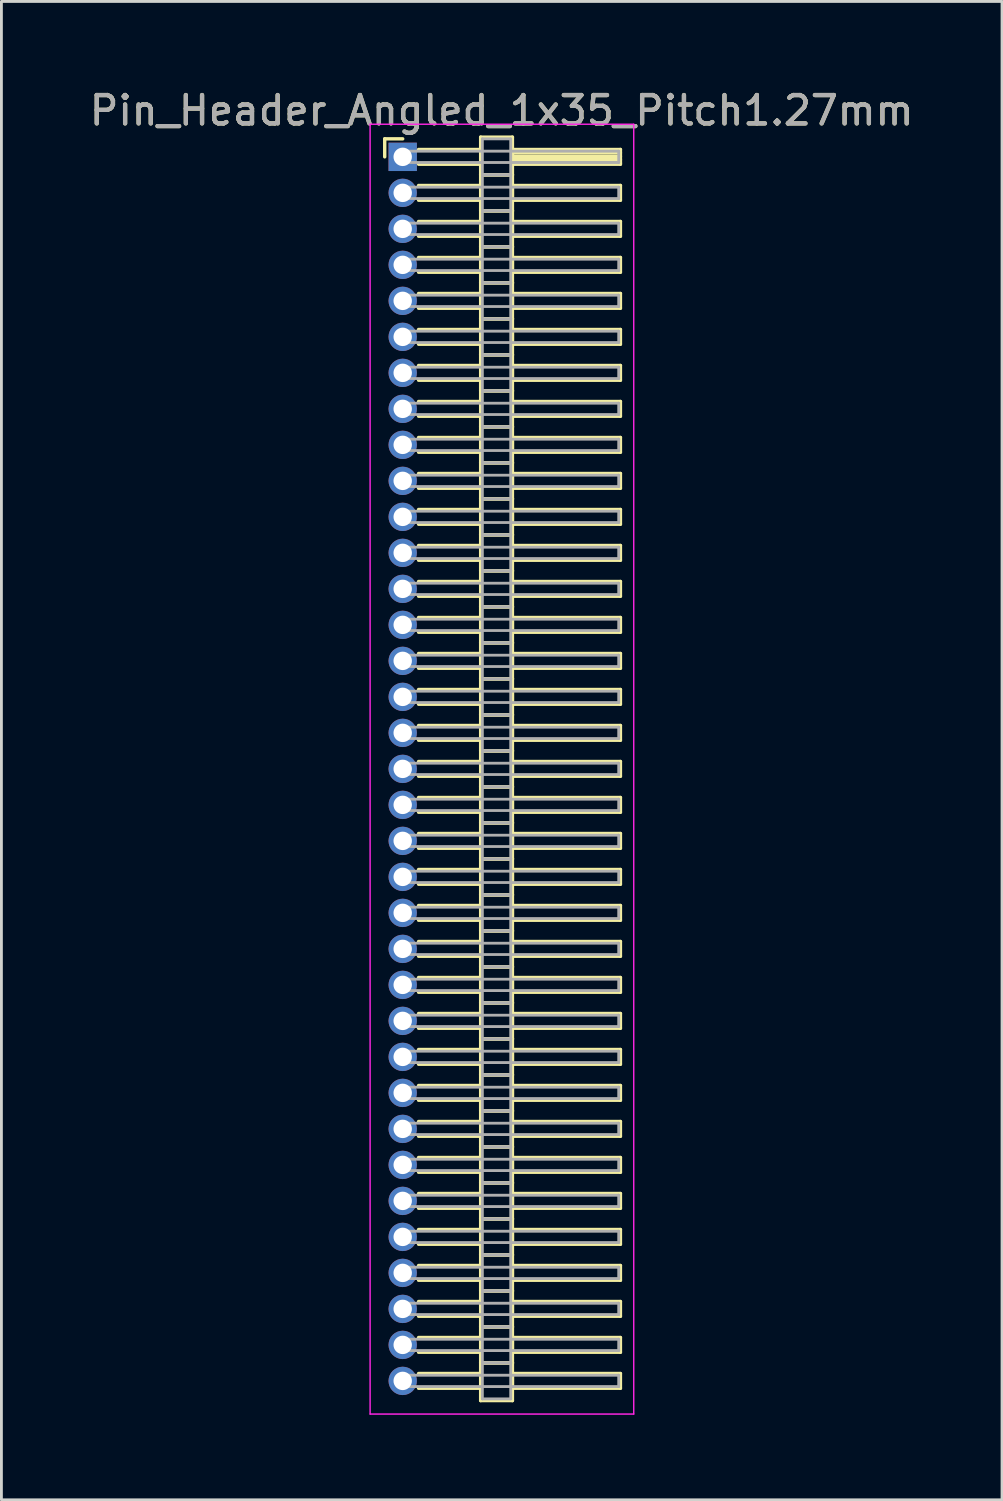
<source format=kicad_pcb>
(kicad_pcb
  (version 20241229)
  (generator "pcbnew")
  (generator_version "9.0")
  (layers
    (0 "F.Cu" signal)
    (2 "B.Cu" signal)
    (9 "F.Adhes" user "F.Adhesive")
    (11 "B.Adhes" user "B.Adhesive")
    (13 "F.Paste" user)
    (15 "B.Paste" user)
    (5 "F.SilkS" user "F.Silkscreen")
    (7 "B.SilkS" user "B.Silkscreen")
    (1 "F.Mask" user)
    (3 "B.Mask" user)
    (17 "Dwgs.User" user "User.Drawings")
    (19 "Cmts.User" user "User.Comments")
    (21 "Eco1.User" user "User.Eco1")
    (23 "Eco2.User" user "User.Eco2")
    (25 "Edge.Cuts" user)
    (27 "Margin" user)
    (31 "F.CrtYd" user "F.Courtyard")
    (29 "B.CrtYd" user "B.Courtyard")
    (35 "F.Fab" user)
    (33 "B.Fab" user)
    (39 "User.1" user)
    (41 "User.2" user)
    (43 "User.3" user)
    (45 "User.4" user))
  (footprint "Pin_Header_Angled_1x35_Pitch1.27mm"
    (layer "F.Cu")
    (at 11.156 2.483)
    (property "Reference" "Pin_Header_Angled_1x35_Pitch1.27mm" (at 3.493 -1.635 0) (layer "F.SilkS") (effects (font (size 1 1) (thickness 0.15))))
    (attr through_hole)
    (fp_line (start -0.635 -0.635) (end 0 -0.635) (stroke (width 0.12) (type solid)) (layer "F.SilkS"))
    (fp_line (start -0.635 0) (end -0.635 -0.635) (stroke (width 0.12) (type solid)) (layer "F.SilkS"))
    (fp_line (start 0.56 -0.26) (end 2.75 -0.26) (stroke (width 0.12) (type solid)) (layer "F.SilkS"))
    (fp_line (start 0.56 0.26) (end 2.75 0.26) (stroke (width 0.12) (type solid)) (layer "F.SilkS"))
    (fp_line (start 0.56 1.01) (end 2.75 1.01) (stroke (width 0.12) (type solid)) (layer "F.SilkS"))
    (fp_line (start 0.56 1.53) (end 2.75 1.53) (stroke (width 0.12) (type solid)) (layer "F.SilkS"))
    (fp_line (start 0.56 2.28) (end 2.75 2.28) (stroke (width 0.12) (type solid)) (layer "F.SilkS"))
    (fp_line (start 0.56 2.8) (end 2.75 2.8) (stroke (width 0.12) (type solid)) (layer "F.SilkS"))
    (fp_line (start 0.56 3.55) (end 2.75 3.55) (stroke (width 0.12) (type solid)) (layer "F.SilkS"))
    (fp_line (start 0.56 4.07) (end 2.75 4.07) (stroke (width 0.12) (type solid)) (layer "F.SilkS"))
    (fp_line (start 0.56 4.82) (end 2.75 4.82) (stroke (width 0.12) (type solid)) (layer "F.SilkS"))
    (fp_line (start 0.56 5.34) (end 2.75 5.34) (stroke (width 0.12) (type solid)) (layer "F.SilkS"))
    (fp_line (start 0.56 6.09) (end 2.75 6.09) (stroke (width 0.12) (type solid)) (layer "F.SilkS"))
    (fp_line (start 0.56 6.61) (end 2.75 6.61) (stroke (width 0.12) (type solid)) (layer "F.SilkS"))
    (fp_line (start 0.56 7.36) (end 2.75 7.36) (stroke (width 0.12) (type solid)) (layer "F.SilkS"))
    (fp_line (start 0.56 7.88) (end 2.75 7.88) (stroke (width 0.12) (type solid)) (layer "F.SilkS"))
    (fp_line (start 0.56 8.63) (end 2.75 8.63) (stroke (width 0.12) (type solid)) (layer "F.SilkS"))
    (fp_line (start 0.56 9.15) (end 2.75 9.15) (stroke (width 0.12) (type solid)) (layer "F.SilkS"))
    (fp_line (start 0.56 9.9) (end 2.75 9.9) (stroke (width 0.12) (type solid)) (layer "F.SilkS"))
    (fp_line (start 0.56 10.42) (end 2.75 10.42) (stroke (width 0.12) (type solid)) (layer "F.SilkS"))
    (fp_line (start 0.56 11.17) (end 2.75 11.17) (stroke (width 0.12) (type solid)) (layer "F.SilkS"))
    (fp_line (start 0.56 11.69) (end 2.75 11.69) (stroke (width 0.12) (type solid)) (layer "F.SilkS"))
    (fp_line (start 0.56 12.44) (end 2.75 12.44) (stroke (width 0.12) (type solid)) (layer "F.SilkS"))
    (fp_line (start 0.56 12.96) (end 2.75 12.96) (stroke (width 0.12) (type solid)) (layer "F.SilkS"))
    (fp_line (start 0.56 13.71) (end 2.75 13.71) (stroke (width 0.12) (type solid)) (layer "F.SilkS"))
    (fp_line (start 0.56 14.23) (end 2.75 14.23) (stroke (width 0.12) (type solid)) (layer "F.SilkS"))
    (fp_line (start 0.56 14.98) (end 2.75 14.98) (stroke (width 0.12) (type solid)) (layer "F.SilkS"))
    (fp_line (start 0.56 15.5) (end 2.75 15.5) (stroke (width 0.12) (type solid)) (layer "F.SilkS"))
    (fp_line (start 0.56 16.25) (end 2.75 16.25) (stroke (width 0.12) (type solid)) (layer "F.SilkS"))
    (fp_line (start 0.56 16.77) (end 2.75 16.77) (stroke (width 0.12) (type solid)) (layer "F.SilkS"))
    (fp_line (start 0.56 17.52) (end 2.75 17.52) (stroke (width 0.12) (type solid)) (layer "F.SilkS"))
    (fp_line (start 0.56 18.04) (end 2.75 18.04) (stroke (width 0.12) (type solid)) (layer "F.SilkS"))
    (fp_line (start 0.56 18.79) (end 2.75 18.79) (stroke (width 0.12) (type solid)) (layer "F.SilkS"))
    (fp_line (start 0.56 19.31) (end 2.75 19.31) (stroke (width 0.12) (type solid)) (layer "F.SilkS"))
    (fp_line (start 0.56 20.06) (end 2.75 20.06) (stroke (width 0.12) (type solid)) (layer "F.SilkS"))
    (fp_line (start 0.56 20.58) (end 2.75 20.58) (stroke (width 0.12) (type solid)) (layer "F.SilkS"))
    (fp_line (start 0.56 21.33) (end 2.75 21.33) (stroke (width 0.12) (type solid)) (layer "F.SilkS"))
    (fp_line (start 0.56 21.85) (end 2.75 21.85) (stroke (width 0.12) (type solid)) (layer "F.SilkS"))
    (fp_line (start 0.56 22.6) (end 2.75 22.6) (stroke (width 0.12) (type solid)) (layer "F.SilkS"))
    (fp_line (start 0.56 23.12) (end 2.75 23.12) (stroke (width 0.12) (type solid)) (layer "F.SilkS"))
    (fp_line (start 0.56 23.87) (end 2.75 23.87) (stroke (width 0.12) (type solid)) (layer "F.SilkS"))
    (fp_line (start 0.56 24.39) (end 2.75 24.39) (stroke (width 0.12) (type solid)) (layer "F.SilkS"))
    (fp_line (start 0.56 25.14) (end 2.75 25.14) (stroke (width 0.12) (type solid)) (layer "F.SilkS"))
    (fp_line (start 0.56 25.66) (end 2.75 25.66) (stroke (width 0.12) (type solid)) (layer "F.SilkS"))
    (fp_line (start 0.56 26.41) (end 2.75 26.41) (stroke (width 0.12) (type solid)) (layer "F.SilkS"))
    (fp_line (start 0.56 26.93) (end 2.75 26.93) (stroke (width 0.12) (type solid)) (layer "F.SilkS"))
    (fp_line (start 0.56 27.68) (end 2.75 27.68) (stroke (width 0.12) (type solid)) (layer "F.SilkS"))
    (fp_line (start 0.56 28.2) (end 2.75 28.2) (stroke (width 0.12) (type solid)) (layer "F.SilkS"))
    (fp_line (start 0.56 28.95) (end 2.75 28.95) (stroke (width 0.12) (type solid)) (layer "F.SilkS"))
    (fp_line (start 0.56 29.47) (end 2.75 29.47) (stroke (width 0.12) (type solid)) (layer "F.SilkS"))
    (fp_line (start 0.56 30.22) (end 2.75 30.22) (stroke (width 0.12) (type solid)) (layer "F.SilkS"))
    (fp_line (start 0.56 30.74) (end 2.75 30.74) (stroke (width 0.12) (type solid)) (layer "F.SilkS"))
    (fp_line (start 0.56 31.49) (end 2.75 31.49) (stroke (width 0.12) (type solid)) (layer "F.SilkS"))
    (fp_line (start 0.56 32.01) (end 2.75 32.01) (stroke (width 0.12) (type solid)) (layer "F.SilkS"))
    (fp_line (start 0.56 32.76) (end 2.75 32.76) (stroke (width 0.12) (type solid)) (layer "F.SilkS"))
    (fp_line (start 0.56 33.28) (end 2.75 33.28) (stroke (width 0.12) (type solid)) (layer "F.SilkS"))
    (fp_line (start 0.56 34.03) (end 2.75 34.03) (stroke (width 0.12) (type solid)) (layer "F.SilkS"))
    (fp_line (start 0.56 34.55) (end 2.75 34.55) (stroke (width 0.12) (type solid)) (layer "F.SilkS"))
    (fp_line (start 0.56 35.3) (end 2.75 35.3) (stroke (width 0.12) (type solid)) (layer "F.SilkS"))
    (fp_line (start 0.56 35.82) (end 2.75 35.82) (stroke (width 0.12) (type solid)) (layer "F.SilkS"))
    (fp_line (start 0.56 36.57) (end 2.75 36.57) (stroke (width 0.12) (type solid)) (layer "F.SilkS"))
    (fp_line (start 0.56 37.09) (end 2.75 37.09) (stroke (width 0.12) (type solid)) (layer "F.SilkS"))
    (fp_line (start 0.56 37.84) (end 2.75 37.84) (stroke (width 0.12) (type solid)) (layer "F.SilkS"))
    (fp_line (start 0.56 38.36) (end 2.75 38.36) (stroke (width 0.12) (type solid)) (layer "F.SilkS"))
    (fp_line (start 0.56 39.11) (end 2.75 39.11) (stroke (width 0.12) (type solid)) (layer "F.SilkS"))
    (fp_line (start 0.56 39.63) (end 2.75 39.63) (stroke (width 0.12) (type solid)) (layer "F.SilkS"))
    (fp_line (start 0.56 40.38) (end 2.75 40.38) (stroke (width 0.12) (type solid)) (layer "F.SilkS"))
    (fp_line (start 0.56 40.9) (end 2.75 40.9) (stroke (width 0.12) (type solid)) (layer "F.SilkS"))
    (fp_line (start 0.56 41.65) (end 2.75 41.65) (stroke (width 0.12) (type solid)) (layer "F.SilkS"))
    (fp_line (start 0.56 42.17) (end 2.75 42.17) (stroke (width 0.12) (type solid)) (layer "F.SilkS"))
    (fp_line (start 0.56 42.92) (end 2.75 42.92) (stroke (width 0.12) (type solid)) (layer "F.SilkS"))
    (fp_line (start 0.56 43.44) (end 2.75 43.44) (stroke (width 0.12) (type solid)) (layer "F.SilkS"))
    (fp_line (start 2.75 -0.695) (end 2.75 0.635) (stroke (width 0.12) (type solid)) (layer "F.SilkS"))
    (fp_line (start 2.75 0.635) (end 2.75 1.905) (stroke (width 0.12) (type solid)) (layer "F.SilkS"))
    (fp_line (start 2.75 0.635) (end 3.87 0.635) (stroke (width 0.12) (type solid)) (layer "F.SilkS"))
    (fp_line (start 2.75 1.905) (end 2.75 3.175) (stroke (width 0.12) (type solid)) (layer "F.SilkS"))
    (fp_line (start 2.75 1.905) (end 3.87 1.905) (stroke (width 0.12) (type solid)) (layer "F.SilkS"))
    (fp_line (start 2.75 3.175) (end 2.75 4.445) (stroke (width 0.12) (type solid)) (layer "F.SilkS"))
    (fp_line (start 2.75 3.175) (end 3.87 3.175) (stroke (width 0.12) (type solid)) (layer "F.SilkS"))
    (fp_line (start 2.75 4.445) (end 2.75 5.715) (stroke (width 0.12) (type solid)) (layer "F.SilkS"))
    (fp_line (start 2.75 4.445) (end 3.87 4.445) (stroke (width 0.12) (type solid)) (layer "F.SilkS"))
    (fp_line (start 2.75 5.715) (end 2.75 6.985) (stroke (width 0.12) (type solid)) (layer "F.SilkS"))
    (fp_line (start 2.75 5.715) (end 3.87 5.715) (stroke (width 0.12) (type solid)) (layer "F.SilkS"))
    (fp_line (start 2.75 6.985) (end 2.75 8.255) (stroke (width 0.12) (type solid)) (layer "F.SilkS"))
    (fp_line (start 2.75 6.985) (end 3.87 6.985) (stroke (width 0.12) (type solid)) (layer "F.SilkS"))
    (fp_line (start 2.75 8.255) (end 2.75 9.525) (stroke (width 0.12) (type solid)) (layer "F.SilkS"))
    (fp_line (start 2.75 8.255) (end 3.87 8.255) (stroke (width 0.12) (type solid)) (layer "F.SilkS"))
    (fp_line (start 2.75 9.525) (end 2.75 10.795) (stroke (width 0.12) (type solid)) (layer "F.SilkS"))
    (fp_line (start 2.75 9.525) (end 3.87 9.525) (stroke (width 0.12) (type solid)) (layer "F.SilkS"))
    (fp_line (start 2.75 10.795) (end 2.75 12.065) (stroke (width 0.12) (type solid)) (layer "F.SilkS"))
    (fp_line (start 2.75 10.795) (end 3.87 10.795) (stroke (width 0.12) (type solid)) (layer "F.SilkS"))
    (fp_line (start 2.75 12.065) (end 2.75 13.335) (stroke (width 0.12) (type solid)) (layer "F.SilkS"))
    (fp_line (start 2.75 12.065) (end 3.87 12.065) (stroke (width 0.12) (type solid)) (layer "F.SilkS"))
    (fp_line (start 2.75 13.335) (end 2.75 14.605) (stroke (width 0.12) (type solid)) (layer "F.SilkS"))
    (fp_line (start 2.75 13.335) (end 3.87 13.335) (stroke (width 0.12) (type solid)) (layer "F.SilkS"))
    (fp_line (start 2.75 14.605) (end 2.75 15.875) (stroke (width 0.12) (type solid)) (layer "F.SilkS"))
    (fp_line (start 2.75 14.605) (end 3.87 14.605) (stroke (width 0.12) (type solid)) (layer "F.SilkS"))
    (fp_line (start 2.75 15.875) (end 2.75 17.145) (stroke (width 0.12) (type solid)) (layer "F.SilkS"))
    (fp_line (start 2.75 15.875) (end 3.87 15.875) (stroke (width 0.12) (type solid)) (layer "F.SilkS"))
    (fp_line (start 2.75 17.145) (end 2.75 18.415) (stroke (width 0.12) (type solid)) (layer "F.SilkS"))
    (fp_line (start 2.75 17.145) (end 3.87 17.145) (stroke (width 0.12) (type solid)) (layer "F.SilkS"))
    (fp_line (start 2.75 18.415) (end 2.75 19.685) (stroke (width 0.12) (type solid)) (layer "F.SilkS"))
    (fp_line (start 2.75 18.415) (end 3.87 18.415) (stroke (width 0.12) (type solid)) (layer "F.SilkS"))
    (fp_line (start 2.75 19.685) (end 2.75 20.955) (stroke (width 0.12) (type solid)) (layer "F.SilkS"))
    (fp_line (start 2.75 19.685) (end 3.87 19.685) (stroke (width 0.12) (type solid)) (layer "F.SilkS"))
    (fp_line (start 2.75 20.955) (end 2.75 22.225) (stroke (width 0.12) (type solid)) (layer "F.SilkS"))
    (fp_line (start 2.75 20.955) (end 3.87 20.955) (stroke (width 0.12) (type solid)) (layer "F.SilkS"))
    (fp_line (start 2.75 22.225) (end 2.75 23.495) (stroke (width 0.12) (type solid)) (layer "F.SilkS"))
    (fp_line (start 2.75 22.225) (end 3.87 22.225) (stroke (width 0.12) (type solid)) (layer "F.SilkS"))
    (fp_line (start 2.75 23.495) (end 2.75 24.765) (stroke (width 0.12) (type solid)) (layer "F.SilkS"))
    (fp_line (start 2.75 23.495) (end 3.87 23.495) (stroke (width 0.12) (type solid)) (layer "F.SilkS"))
    (fp_line (start 2.75 24.765) (end 2.75 26.035) (stroke (width 0.12) (type solid)) (layer "F.SilkS"))
    (fp_line (start 2.75 24.765) (end 3.87 24.765) (stroke (width 0.12) (type solid)) (layer "F.SilkS"))
    (fp_line (start 2.75 26.035) (end 2.75 27.305) (stroke (width 0.12) (type solid)) (layer "F.SilkS"))
    (fp_line (start 2.75 26.035) (end 3.87 26.035) (stroke (width 0.12) (type solid)) (layer "F.SilkS"))
    (fp_line (start 2.75 27.305) (end 2.75 28.575) (stroke (width 0.12) (type solid)) (layer "F.SilkS"))
    (fp_line (start 2.75 27.305) (end 3.87 27.305) (stroke (width 0.12) (type solid)) (layer "F.SilkS"))
    (fp_line (start 2.75 28.575) (end 2.75 29.845) (stroke (width 0.12) (type solid)) (layer "F.SilkS"))
    (fp_line (start 2.75 28.575) (end 3.87 28.575) (stroke (width 0.12) (type solid)) (layer "F.SilkS"))
    (fp_line (start 2.75 29.845) (end 2.75 31.115) (stroke (width 0.12) (type solid)) (layer "F.SilkS"))
    (fp_line (start 2.75 29.845) (end 3.87 29.845) (stroke (width 0.12) (type solid)) (layer "F.SilkS"))
    (fp_line (start 2.75 31.115) (end 2.75 32.385) (stroke (width 0.12) (type solid)) (layer "F.SilkS"))
    (fp_line (start 2.75 31.115) (end 3.87 31.115) (stroke (width 0.12) (type solid)) (layer "F.SilkS"))
    (fp_line (start 2.75 32.385) (end 2.75 33.655) (stroke (width 0.12) (type solid)) (layer "F.SilkS"))
    (fp_line (start 2.75 32.385) (end 3.87 32.385) (stroke (width 0.12) (type solid)) (layer "F.SilkS"))
    (fp_line (start 2.75 33.655) (end 2.75 34.925) (stroke (width 0.12) (type solid)) (layer "F.SilkS"))
    (fp_line (start 2.75 33.655) (end 3.87 33.655) (stroke (width 0.12) (type solid)) (layer "F.SilkS"))
    (fp_line (start 2.75 34.925) (end 2.75 36.195) (stroke (width 0.12) (type solid)) (layer "F.SilkS"))
    (fp_line (start 2.75 34.925) (end 3.87 34.925) (stroke (width 0.12) (type solid)) (layer "F.SilkS"))
    (fp_line (start 2.75 36.195) (end 2.75 37.465) (stroke (width 0.12) (type solid)) (layer "F.SilkS"))
    (fp_line (start 2.75 36.195) (end 3.87 36.195) (stroke (width 0.12) (type solid)) (layer "F.SilkS"))
    (fp_line (start 2.75 37.465) (end 2.75 38.735) (stroke (width 0.12) (type solid)) (layer "F.SilkS"))
    (fp_line (start 2.75 37.465) (end 3.87 37.465) (stroke (width 0.12) (type solid)) (layer "F.SilkS"))
    (fp_line (start 2.75 38.735) (end 2.75 40.005) (stroke (width 0.12) (type solid)) (layer "F.SilkS"))
    (fp_line (start 2.75 38.735) (end 3.87 38.735) (stroke (width 0.12) (type solid)) (layer "F.SilkS"))
    (fp_line (start 2.75 40.005) (end 2.75 41.275) (stroke (width 0.12) (type solid)) (layer "F.SilkS"))
    (fp_line (start 2.75 40.005) (end 3.87 40.005) (stroke (width 0.12) (type solid)) (layer "F.SilkS"))
    (fp_line (start 2.75 41.275) (end 2.75 42.545) (stroke (width 0.12) (type solid)) (layer "F.SilkS"))
    (fp_line (start 2.75 41.275) (end 3.87 41.275) (stroke (width 0.12) (type solid)) (layer "F.SilkS"))
    (fp_line (start 2.75 42.545) (end 2.75 43.875) (stroke (width 0.12) (type solid)) (layer "F.SilkS"))
    (fp_line (start 2.75 42.545) (end 3.87 42.545) (stroke (width 0.12) (type solid)) (layer "F.SilkS"))
    (fp_line (start 2.75 43.875) (end 3.87 43.875) (stroke (width 0.12) (type solid)) (layer "F.SilkS"))
    (fp_line (start 3.87 -0.695) (end 2.75 -0.695) (stroke (width 0.12) (type solid)) (layer "F.SilkS"))
    (fp_line (start 3.87 -0.26) (end 3.87 0.26) (stroke (width 0.12) (type solid)) (layer "F.SilkS"))
    (fp_line (start 3.87 -0.14) (end 7.68 -0.14) (stroke (width 0.12) (type solid)) (layer "F.SilkS"))
    (fp_line (start 3.87 -0.02) (end 7.68 -0.02) (stroke (width 0.12) (type solid)) (layer "F.SilkS"))
    (fp_line (start 3.87 0.1) (end 7.68 0.1) (stroke (width 0.12) (type solid)) (layer "F.SilkS"))
    (fp_line (start 3.87 0.22) (end 7.68 0.22) (stroke (width 0.12) (type solid)) (layer "F.SilkS"))
    (fp_line (start 3.87 0.26) (end 7.68 0.26) (stroke (width 0.12) (type solid)) (layer "F.SilkS"))
    (fp_line (start 3.87 0.635) (end 2.75 0.635) (stroke (width 0.12) (type solid)) (layer "F.SilkS"))
    (fp_line (start 3.87 0.635) (end 3.87 -0.695) (stroke (width 0.12) (type solid)) (layer "F.SilkS"))
    (fp_line (start 3.87 1.01) (end 3.87 1.53) (stroke (width 0.12) (type solid)) (layer "F.SilkS"))
    (fp_line (start 3.87 1.53) (end 7.68 1.53) (stroke (width 0.12) (type solid)) (layer "F.SilkS"))
    (fp_line (start 3.87 1.905) (end 2.75 1.905) (stroke (width 0.12) (type solid)) (layer "F.SilkS"))
    (fp_line (start 3.87 1.905) (end 3.87 0.635) (stroke (width 0.12) (type solid)) (layer "F.SilkS"))
    (fp_line (start 3.87 2.28) (end 3.87 2.8) (stroke (width 0.12) (type solid)) (layer "F.SilkS"))
    (fp_line (start 3.87 2.8) (end 7.68 2.8) (stroke (width 0.12) (type solid)) (layer "F.SilkS"))
    (fp_line (start 3.87 3.175) (end 2.75 3.175) (stroke (width 0.12) (type solid)) (layer "F.SilkS"))
    (fp_line (start 3.87 3.175) (end 3.87 1.905) (stroke (width 0.12) (type solid)) (layer "F.SilkS"))
    (fp_line (start 3.87 3.55) (end 3.87 4.07) (stroke (width 0.12) (type solid)) (layer "F.SilkS"))
    (fp_line (start 3.87 4.07) (end 7.68 4.07) (stroke (width 0.12) (type solid)) (layer "F.SilkS"))
    (fp_line (start 3.87 4.445) (end 2.75 4.445) (stroke (width 0.12) (type solid)) (layer "F.SilkS"))
    (fp_line (start 3.87 4.445) (end 3.87 3.175) (stroke (width 0.12) (type solid)) (layer "F.SilkS"))
    (fp_line (start 3.87 4.82) (end 3.87 5.34) (stroke (width 0.12) (type solid)) (layer "F.SilkS"))
    (fp_line (start 3.87 5.34) (end 7.68 5.34) (stroke (width 0.12) (type solid)) (layer "F.SilkS"))
    (fp_line (start 3.87 5.715) (end 2.75 5.715) (stroke (width 0.12) (type solid)) (layer "F.SilkS"))
    (fp_line (start 3.87 5.715) (end 3.87 4.445) (stroke (width 0.12) (type solid)) (layer "F.SilkS"))
    (fp_line (start 3.87 6.09) (end 3.87 6.61) (stroke (width 0.12) (type solid)) (layer "F.SilkS"))
    (fp_line (start 3.87 6.61) (end 7.68 6.61) (stroke (width 0.12) (type solid)) (layer "F.SilkS"))
    (fp_line (start 3.87 6.985) (end 2.75 6.985) (stroke (width 0.12) (type solid)) (layer "F.SilkS"))
    (fp_line (start 3.87 6.985) (end 3.87 5.715) (stroke (width 0.12) (type solid)) (layer "F.SilkS"))
    (fp_line (start 3.87 7.36) (end 3.87 7.88) (stroke (width 0.12) (type solid)) (layer "F.SilkS"))
    (fp_line (start 3.87 7.88) (end 7.68 7.88) (stroke (width 0.12) (type solid)) (layer "F.SilkS"))
    (fp_line (start 3.87 8.255) (end 2.75 8.255) (stroke (width 0.12) (type solid)) (layer "F.SilkS"))
    (fp_line (start 3.87 8.255) (end 3.87 6.985) (stroke (width 0.12) (type solid)) (layer "F.SilkS"))
    (fp_line (start 3.87 8.63) (end 3.87 9.15) (stroke (width 0.12) (type solid)) (layer "F.SilkS"))
    (fp_line (start 3.87 9.15) (end 7.68 9.15) (stroke (width 0.12) (type solid)) (layer "F.SilkS"))
    (fp_line (start 3.87 9.525) (end 2.75 9.525) (stroke (width 0.12) (type solid)) (layer "F.SilkS"))
    (fp_line (start 3.87 9.525) (end 3.87 8.255) (stroke (width 0.12) (type solid)) (layer "F.SilkS"))
    (fp_line (start 3.87 9.9) (end 3.87 10.42) (stroke (width 0.12) (type solid)) (layer "F.SilkS"))
    (fp_line (start 3.87 10.42) (end 7.68 10.42) (stroke (width 0.12) (type solid)) (layer "F.SilkS"))
    (fp_line (start 3.87 10.795) (end 2.75 10.795) (stroke (width 0.12) (type solid)) (layer "F.SilkS"))
    (fp_line (start 3.87 10.795) (end 3.87 9.525) (stroke (width 0.12) (type solid)) (layer "F.SilkS"))
    (fp_line (start 3.87 11.17) (end 3.87 11.69) (stroke (width 0.12) (type solid)) (layer "F.SilkS"))
    (fp_line (start 3.87 11.69) (end 7.68 11.69) (stroke (width 0.12) (type solid)) (layer "F.SilkS"))
    (fp_line (start 3.87 12.065) (end 2.75 12.065) (stroke (width 0.12) (type solid)) (layer "F.SilkS"))
    (fp_line (start 3.87 12.065) (end 3.87 10.795) (stroke (width 0.12) (type solid)) (layer "F.SilkS"))
    (fp_line (start 3.87 12.44) (end 3.87 12.96) (stroke (width 0.12) (type solid)) (layer "F.SilkS"))
    (fp_line (start 3.87 12.96) (end 7.68 12.96) (stroke (width 0.12) (type solid)) (layer "F.SilkS"))
    (fp_line (start 3.87 13.335) (end 2.75 13.335) (stroke (width 0.12) (type solid)) (layer "F.SilkS"))
    (fp_line (start 3.87 13.335) (end 3.87 12.065) (stroke (width 0.12) (type solid)) (layer "F.SilkS"))
    (fp_line (start 3.87 13.71) (end 3.87 14.23) (stroke (width 0.12) (type solid)) (layer "F.SilkS"))
    (fp_line (start 3.87 14.23) (end 7.68 14.23) (stroke (width 0.12) (type solid)) (layer "F.SilkS"))
    (fp_line (start 3.87 14.605) (end 2.75 14.605) (stroke (width 0.12) (type solid)) (layer "F.SilkS"))
    (fp_line (start 3.87 14.605) (end 3.87 13.335) (stroke (width 0.12) (type solid)) (layer "F.SilkS"))
    (fp_line (start 3.87 14.98) (end 3.87 15.5) (stroke (width 0.12) (type solid)) (layer "F.SilkS"))
    (fp_line (start 3.87 15.5) (end 7.68 15.5) (stroke (width 0.12) (type solid)) (layer "F.SilkS"))
    (fp_line (start 3.87 15.875) (end 2.75 15.875) (stroke (width 0.12) (type solid)) (layer "F.SilkS"))
    (fp_line (start 3.87 15.875) (end 3.87 14.605) (stroke (width 0.12) (type solid)) (layer "F.SilkS"))
    (fp_line (start 3.87 16.25) (end 3.87 16.77) (stroke (width 0.12) (type solid)) (layer "F.SilkS"))
    (fp_line (start 3.87 16.77) (end 7.68 16.77) (stroke (width 0.12) (type solid)) (layer "F.SilkS"))
    (fp_line (start 3.87 17.145) (end 2.75 17.145) (stroke (width 0.12) (type solid)) (layer "F.SilkS"))
    (fp_line (start 3.87 17.145) (end 3.87 15.875) (stroke (width 0.12) (type solid)) (layer "F.SilkS"))
    (fp_line (start 3.87 17.52) (end 3.87 18.04) (stroke (width 0.12) (type solid)) (layer "F.SilkS"))
    (fp_line (start 3.87 18.04) (end 7.68 18.04) (stroke (width 0.12) (type solid)) (layer "F.SilkS"))
    (fp_line (start 3.87 18.415) (end 2.75 18.415) (stroke (width 0.12) (type solid)) (layer "F.SilkS"))
    (fp_line (start 3.87 18.415) (end 3.87 17.145) (stroke (width 0.12) (type solid)) (layer "F.SilkS"))
    (fp_line (start 3.87 18.79) (end 3.87 19.31) (stroke (width 0.12) (type solid)) (layer "F.SilkS"))
    (fp_line (start 3.87 19.31) (end 7.68 19.31) (stroke (width 0.12) (type solid)) (layer "F.SilkS"))
    (fp_line (start 3.87 19.685) (end 2.75 19.685) (stroke (width 0.12) (type solid)) (layer "F.SilkS"))
    (fp_line (start 3.87 19.685) (end 3.87 18.415) (stroke (width 0.12) (type solid)) (layer "F.SilkS"))
    (fp_line (start 3.87 20.06) (end 3.87 20.58) (stroke (width 0.12) (type solid)) (layer "F.SilkS"))
    (fp_line (start 3.87 20.58) (end 7.68 20.58) (stroke (width 0.12) (type solid)) (layer "F.SilkS"))
    (fp_line (start 3.87 20.955) (end 2.75 20.955) (stroke (width 0.12) (type solid)) (layer "F.SilkS"))
    (fp_line (start 3.87 20.955) (end 3.87 19.685) (stroke (width 0.12) (type solid)) (layer "F.SilkS"))
    (fp_line (start 3.87 21.33) (end 3.87 21.85) (stroke (width 0.12) (type solid)) (layer "F.SilkS"))
    (fp_line (start 3.87 21.85) (end 7.68 21.85) (stroke (width 0.12) (type solid)) (layer "F.SilkS"))
    (fp_line (start 3.87 22.225) (end 2.75 22.225) (stroke (width 0.12) (type solid)) (layer "F.SilkS"))
    (fp_line (start 3.87 22.225) (end 3.87 20.955) (stroke (width 0.12) (type solid)) (layer "F.SilkS"))
    (fp_line (start 3.87 22.6) (end 3.87 23.12) (stroke (width 0.12) (type solid)) (layer "F.SilkS"))
    (fp_line (start 3.87 23.12) (end 7.68 23.12) (stroke (width 0.12) (type solid)) (layer "F.SilkS"))
    (fp_line (start 3.87 23.495) (end 2.75 23.495) (stroke (width 0.12) (type solid)) (layer "F.SilkS"))
    (fp_line (start 3.87 23.495) (end 3.87 22.225) (stroke (width 0.12) (type solid)) (layer "F.SilkS"))
    (fp_line (start 3.87 23.87) (end 3.87 24.39) (stroke (width 0.12) (type solid)) (layer "F.SilkS"))
    (fp_line (start 3.87 24.39) (end 7.68 24.39) (stroke (width 0.12) (type solid)) (layer "F.SilkS"))
    (fp_line (start 3.87 24.765) (end 2.75 24.765) (stroke (width 0.12) (type solid)) (layer "F.SilkS"))
    (fp_line (start 3.87 24.765) (end 3.87 23.495) (stroke (width 0.12) (type solid)) (layer "F.SilkS"))
    (fp_line (start 3.87 25.14) (end 3.87 25.66) (stroke (width 0.12) (type solid)) (layer "F.SilkS"))
    (fp_line (start 3.87 25.66) (end 7.68 25.66) (stroke (width 0.12) (type solid)) (layer "F.SilkS"))
    (fp_line (start 3.87 26.035) (end 2.75 26.035) (stroke (width 0.12) (type solid)) (layer "F.SilkS"))
    (fp_line (start 3.87 26.035) (end 3.87 24.765) (stroke (width 0.12) (type solid)) (layer "F.SilkS"))
    (fp_line (start 3.87 26.41) (end 3.87 26.93) (stroke (width 0.12) (type solid)) (layer "F.SilkS"))
    (fp_line (start 3.87 26.93) (end 7.68 26.93) (stroke (width 0.12) (type solid)) (layer "F.SilkS"))
    (fp_line (start 3.87 27.305) (end 2.75 27.305) (stroke (width 0.12) (type solid)) (layer "F.SilkS"))
    (fp_line (start 3.87 27.305) (end 3.87 26.035) (stroke (width 0.12) (type solid)) (layer "F.SilkS"))
    (fp_line (start 3.87 27.68) (end 3.87 28.2) (stroke (width 0.12) (type solid)) (layer "F.SilkS"))
    (fp_line (start 3.87 28.2) (end 7.68 28.2) (stroke (width 0.12) (type solid)) (layer "F.SilkS"))
    (fp_line (start 3.87 28.575) (end 2.75 28.575) (stroke (width 0.12) (type solid)) (layer "F.SilkS"))
    (fp_line (start 3.87 28.575) (end 3.87 27.305) (stroke (width 0.12) (type solid)) (layer "F.SilkS"))
    (fp_line (start 3.87 28.95) (end 3.87 29.47) (stroke (width 0.12) (type solid)) (layer "F.SilkS"))
    (fp_line (start 3.87 29.47) (end 7.68 29.47) (stroke (width 0.12) (type solid)) (layer "F.SilkS"))
    (fp_line (start 3.87 29.845) (end 2.75 29.845) (stroke (width 0.12) (type solid)) (layer "F.SilkS"))
    (fp_line (start 3.87 29.845) (end 3.87 28.575) (stroke (width 0.12) (type solid)) (layer "F.SilkS"))
    (fp_line (start 3.87 30.22) (end 3.87 30.74) (stroke (width 0.12) (type solid)) (layer "F.SilkS"))
    (fp_line (start 3.87 30.74) (end 7.68 30.74) (stroke (width 0.12) (type solid)) (layer "F.SilkS"))
    (fp_line (start 3.87 31.115) (end 2.75 31.115) (stroke (width 0.12) (type solid)) (layer "F.SilkS"))
    (fp_line (start 3.87 31.115) (end 3.87 29.845) (stroke (width 0.12) (type solid)) (layer "F.SilkS"))
    (fp_line (start 3.87 31.49) (end 3.87 32.01) (stroke (width 0.12) (type solid)) (layer "F.SilkS"))
    (fp_line (start 3.87 32.01) (end 7.68 32.01) (stroke (width 0.12) (type solid)) (layer "F.SilkS"))
    (fp_line (start 3.87 32.385) (end 2.75 32.385) (stroke (width 0.12) (type solid)) (layer "F.SilkS"))
    (fp_line (start 3.87 32.385) (end 3.87 31.115) (stroke (width 0.12) (type solid)) (layer "F.SilkS"))
    (fp_line (start 3.87 32.76) (end 3.87 33.28) (stroke (width 0.12) (type solid)) (layer "F.SilkS"))
    (fp_line (start 3.87 33.28) (end 7.68 33.28) (stroke (width 0.12) (type solid)) (layer "F.SilkS"))
    (fp_line (start 3.87 33.655) (end 2.75 33.655) (stroke (width 0.12) (type solid)) (layer "F.SilkS"))
    (fp_line (start 3.87 33.655) (end 3.87 32.385) (stroke (width 0.12) (type solid)) (layer "F.SilkS"))
    (fp_line (start 3.87 34.03) (end 3.87 34.55) (stroke (width 0.12) (type solid)) (layer "F.SilkS"))
    (fp_line (start 3.87 34.55) (end 7.68 34.55) (stroke (width 0.12) (type solid)) (layer "F.SilkS"))
    (fp_line (start 3.87 34.925) (end 2.75 34.925) (stroke (width 0.12) (type solid)) (layer "F.SilkS"))
    (fp_line (start 3.87 34.925) (end 3.87 33.655) (stroke (width 0.12) (type solid)) (layer "F.SilkS"))
    (fp_line (start 3.87 35.3) (end 3.87 35.82) (stroke (width 0.12) (type solid)) (layer "F.SilkS"))
    (fp_line (start 3.87 35.82) (end 7.68 35.82) (stroke (width 0.12) (type solid)) (layer "F.SilkS"))
    (fp_line (start 3.87 36.195) (end 2.75 36.195) (stroke (width 0.12) (type solid)) (layer "F.SilkS"))
    (fp_line (start 3.87 36.195) (end 3.87 34.925) (stroke (width 0.12) (type solid)) (layer "F.SilkS"))
    (fp_line (start 3.87 36.57) (end 3.87 37.09) (stroke (width 0.12) (type solid)) (layer "F.SilkS"))
    (fp_line (start 3.87 37.09) (end 7.68 37.09) (stroke (width 0.12) (type solid)) (layer "F.SilkS"))
    (fp_line (start 3.87 37.465) (end 2.75 37.465) (stroke (width 0.12) (type solid)) (layer "F.SilkS"))
    (fp_line (start 3.87 37.465) (end 3.87 36.195) (stroke (width 0.12) (type solid)) (layer "F.SilkS"))
    (fp_line (start 3.87 37.84) (end 3.87 38.36) (stroke (width 0.12) (type solid)) (layer "F.SilkS"))
    (fp_line (start 3.87 38.36) (end 7.68 38.36) (stroke (width 0.12) (type solid)) (layer "F.SilkS"))
    (fp_line (start 3.87 38.735) (end 2.75 38.735) (stroke (width 0.12) (type solid)) (layer "F.SilkS"))
    (fp_line (start 3.87 38.735) (end 3.87 37.465) (stroke (width 0.12) (type solid)) (layer "F.SilkS"))
    (fp_line (start 3.87 39.11) (end 3.87 39.63) (stroke (width 0.12) (type solid)) (layer "F.SilkS"))
    (fp_line (start 3.87 39.63) (end 7.68 39.63) (stroke (width 0.12) (type solid)) (layer "F.SilkS"))
    (fp_line (start 3.87 40.005) (end 2.75 40.005) (stroke (width 0.12) (type solid)) (layer "F.SilkS"))
    (fp_line (start 3.87 40.005) (end 3.87 38.735) (stroke (width 0.12) (type solid)) (layer "F.SilkS"))
    (fp_line (start 3.87 40.38) (end 3.87 40.9) (stroke (width 0.12) (type solid)) (layer "F.SilkS"))
    (fp_line (start 3.87 40.9) (end 7.68 40.9) (stroke (width 0.12) (type solid)) (layer "F.SilkS"))
    (fp_line (start 3.87 41.275) (end 2.75 41.275) (stroke (width 0.12) (type solid)) (layer "F.SilkS"))
    (fp_line (start 3.87 41.275) (end 3.87 40.005) (stroke (width 0.12) (type solid)) (layer "F.SilkS"))
    (fp_line (start 3.87 41.65) (end 3.87 42.17) (stroke (width 0.12) (type solid)) (layer "F.SilkS"))
    (fp_line (start 3.87 42.17) (end 7.68 42.17) (stroke (width 0.12) (type solid)) (layer "F.SilkS"))
    (fp_line (start 3.87 42.545) (end 2.75 42.545) (stroke (width 0.12) (type solid)) (layer "F.SilkS"))
    (fp_line (start 3.87 42.545) (end 3.87 41.275) (stroke (width 0.12) (type solid)) (layer "F.SilkS"))
    (fp_line (start 3.87 42.92) (end 3.87 43.44) (stroke (width 0.12) (type solid)) (layer "F.SilkS"))
    (fp_line (start 3.87 43.44) (end 7.68 43.44) (stroke (width 0.12) (type solid)) (layer "F.SilkS"))
    (fp_line (start 3.87 43.875) (end 3.87 42.545) (stroke (width 0.12) (type solid)) (layer "F.SilkS"))
    (fp_line (start 7.68 -0.26) (end 3.87 -0.26) (stroke (width 0.12) (type solid)) (layer "F.SilkS"))
    (fp_line (start 7.68 0.26) (end 7.68 -0.26) (stroke (width 0.12) (type solid)) (layer "F.SilkS"))
    (fp_line (start 7.68 1.01) (end 3.87 1.01) (stroke (width 0.12) (type solid)) (layer "F.SilkS"))
    (fp_line (start 7.68 1.53) (end 7.68 1.01) (stroke (width 0.12) (type solid)) (layer "F.SilkS"))
    (fp_line (start 7.68 2.28) (end 3.87 2.28) (stroke (width 0.12) (type solid)) (layer "F.SilkS"))
    (fp_line (start 7.68 2.8) (end 7.68 2.28) (stroke (width 0.12) (type solid)) (layer "F.SilkS"))
    (fp_line (start 7.68 3.55) (end 3.87 3.55) (stroke (width 0.12) (type solid)) (layer "F.SilkS"))
    (fp_line (start 7.68 4.07) (end 7.68 3.55) (stroke (width 0.12) (type solid)) (layer "F.SilkS"))
    (fp_line (start 7.68 4.82) (end 3.87 4.82) (stroke (width 0.12) (type solid)) (layer "F.SilkS"))
    (fp_line (start 7.68 5.34) (end 7.68 4.82) (stroke (width 0.12) (type solid)) (layer "F.SilkS"))
    (fp_line (start 7.68 6.09) (end 3.87 6.09) (stroke (width 0.12) (type solid)) (layer "F.SilkS"))
    (fp_line (start 7.68 6.61) (end 7.68 6.09) (stroke (width 0.12) (type solid)) (layer "F.SilkS"))
    (fp_line (start 7.68 7.36) (end 3.87 7.36) (stroke (width 0.12) (type solid)) (layer "F.SilkS"))
    (fp_line (start 7.68 7.88) (end 7.68 7.36) (stroke (width 0.12) (type solid)) (layer "F.SilkS"))
    (fp_line (start 7.68 8.63) (end 3.87 8.63) (stroke (width 0.12) (type solid)) (layer "F.SilkS"))
    (fp_line (start 7.68 9.15) (end 7.68 8.63) (stroke (width 0.12) (type solid)) (layer "F.SilkS"))
    (fp_line (start 7.68 9.9) (end 3.87 9.9) (stroke (width 0.12) (type solid)) (layer "F.SilkS"))
    (fp_line (start 7.68 10.42) (end 7.68 9.9) (stroke (width 0.12) (type solid)) (layer "F.SilkS"))
    (fp_line (start 7.68 11.17) (end 3.87 11.17) (stroke (width 0.12) (type solid)) (layer "F.SilkS"))
    (fp_line (start 7.68 11.69) (end 7.68 11.17) (stroke (width 0.12) (type solid)) (layer "F.SilkS"))
    (fp_line (start 7.68 12.44) (end 3.87 12.44) (stroke (width 0.12) (type solid)) (layer "F.SilkS"))
    (fp_line (start 7.68 12.96) (end 7.68 12.44) (stroke (width 0.12) (type solid)) (layer "F.SilkS"))
    (fp_line (start 7.68 13.71) (end 3.87 13.71) (stroke (width 0.12) (type solid)) (layer "F.SilkS"))
    (fp_line (start 7.68 14.23) (end 7.68 13.71) (stroke (width 0.12) (type solid)) (layer "F.SilkS"))
    (fp_line (start 7.68 14.98) (end 3.87 14.98) (stroke (width 0.12) (type solid)) (layer "F.SilkS"))
    (fp_line (start 7.68 15.5) (end 7.68 14.98) (stroke (width 0.12) (type solid)) (layer "F.SilkS"))
    (fp_line (start 7.68 16.25) (end 3.87 16.25) (stroke (width 0.12) (type solid)) (layer "F.SilkS"))
    (fp_line (start 7.68 16.77) (end 7.68 16.25) (stroke (width 0.12) (type solid)) (layer "F.SilkS"))
    (fp_line (start 7.68 17.52) (end 3.87 17.52) (stroke (width 0.12) (type solid)) (layer "F.SilkS"))
    (fp_line (start 7.68 18.04) (end 7.68 17.52) (stroke (width 0.12) (type solid)) (layer "F.SilkS"))
    (fp_line (start 7.68 18.79) (end 3.87 18.79) (stroke (width 0.12) (type solid)) (layer "F.SilkS"))
    (fp_line (start 7.68 19.31) (end 7.68 18.79) (stroke (width 0.12) (type solid)) (layer "F.SilkS"))
    (fp_line (start 7.68 20.06) (end 3.87 20.06) (stroke (width 0.12) (type solid)) (layer "F.SilkS"))
    (fp_line (start 7.68 20.58) (end 7.68 20.06) (stroke (width 0.12) (type solid)) (layer "F.SilkS"))
    (fp_line (start 7.68 21.33) (end 3.87 21.33) (stroke (width 0.12) (type solid)) (layer "F.SilkS"))
    (fp_line (start 7.68 21.85) (end 7.68 21.33) (stroke (width 0.12) (type solid)) (layer "F.SilkS"))
    (fp_line (start 7.68 22.6) (end 3.87 22.6) (stroke (width 0.12) (type solid)) (layer "F.SilkS"))
    (fp_line (start 7.68 23.12) (end 7.68 22.6) (stroke (width 0.12) (type solid)) (layer "F.SilkS"))
    (fp_line (start 7.68 23.87) (end 3.87 23.87) (stroke (width 0.12) (type solid)) (layer "F.SilkS"))
    (fp_line (start 7.68 24.39) (end 7.68 23.87) (stroke (width 0.12) (type solid)) (layer "F.SilkS"))
    (fp_line (start 7.68 25.14) (end 3.87 25.14) (stroke (width 0.12) (type solid)) (layer "F.SilkS"))
    (fp_line (start 7.68 25.66) (end 7.68 25.14) (stroke (width 0.12) (type solid)) (layer "F.SilkS"))
    (fp_line (start 7.68 26.41) (end 3.87 26.41) (stroke (width 0.12) (type solid)) (layer "F.SilkS"))
    (fp_line (start 7.68 26.93) (end 7.68 26.41) (stroke (width 0.12) (type solid)) (layer "F.SilkS"))
    (fp_line (start 7.68 27.68) (end 3.87 27.68) (stroke (width 0.12) (type solid)) (layer "F.SilkS"))
    (fp_line (start 7.68 28.2) (end 7.68 27.68) (stroke (width 0.12) (type solid)) (layer "F.SilkS"))
    (fp_line (start 7.68 28.95) (end 3.87 28.95) (stroke (width 0.12) (type solid)) (layer "F.SilkS"))
    (fp_line (start 7.68 29.47) (end 7.68 28.95) (stroke (width 0.12) (type solid)) (layer "F.SilkS"))
    (fp_line (start 7.68 30.22) (end 3.87 30.22) (stroke (width 0.12) (type solid)) (layer "F.SilkS"))
    (fp_line (start 7.68 30.74) (end 7.68 30.22) (stroke (width 0.12) (type solid)) (layer "F.SilkS"))
    (fp_line (start 7.68 31.49) (end 3.87 31.49) (stroke (width 0.12) (type solid)) (layer "F.SilkS"))
    (fp_line (start 7.68 32.01) (end 7.68 31.49) (stroke (width 0.12) (type solid)) (layer "F.SilkS"))
    (fp_line (start 7.68 32.76) (end 3.87 32.76) (stroke (width 0.12) (type solid)) (layer "F.SilkS"))
    (fp_line (start 7.68 33.28) (end 7.68 32.76) (stroke (width 0.12) (type solid)) (layer "F.SilkS"))
    (fp_line (start 7.68 34.03) (end 3.87 34.03) (stroke (width 0.12) (type solid)) (layer "F.SilkS"))
    (fp_line (start 7.68 34.55) (end 7.68 34.03) (stroke (width 0.12) (type solid)) (layer "F.SilkS"))
    (fp_line (start 7.68 35.3) (end 3.87 35.3) (stroke (width 0.12) (type solid)) (layer "F.SilkS"))
    (fp_line (start 7.68 35.82) (end 7.68 35.3) (stroke (width 0.12) (type solid)) (layer "F.SilkS"))
    (fp_line (start 7.68 36.57) (end 3.87 36.57) (stroke (width 0.12) (type solid)) (layer "F.SilkS"))
    (fp_line (start 7.68 37.09) (end 7.68 36.57) (stroke (width 0.12) (type solid)) (layer "F.SilkS"))
    (fp_line (start 7.68 37.84) (end 3.87 37.84) (stroke (width 0.12) (type solid)) (layer "F.SilkS"))
    (fp_line (start 7.68 38.36) (end 7.68 37.84) (stroke (width 0.12) (type solid)) (layer "F.SilkS"))
    (fp_line (start 7.68 39.11) (end 3.87 39.11) (stroke (width 0.12) (type solid)) (layer "F.SilkS"))
    (fp_line (start 7.68 39.63) (end 7.68 39.11) (stroke (width 0.12) (type solid)) (layer "F.SilkS"))
    (fp_line (start 7.68 40.38) (end 3.87 40.38) (stroke (width 0.12) (type solid)) (layer "F.SilkS"))
    (fp_line (start 7.68 40.9) (end 7.68 40.38) (stroke (width 0.12) (type solid)) (layer "F.SilkS"))
    (fp_line (start 7.68 41.65) (end 3.87 41.65) (stroke (width 0.12) (type solid)) (layer "F.SilkS"))
    (fp_line (start 7.68 42.17) (end 7.68 41.65) (stroke (width 0.12) (type solid)) (layer "F.SilkS"))
    (fp_line (start 7.68 42.92) (end 3.87 42.92) (stroke (width 0.12) (type solid)) (layer "F.SilkS"))
    (fp_line (start 7.68 43.44) (end 7.68 42.92) (stroke (width 0.12) (type solid)) (layer "F.SilkS"))
    (fp_line (start -1.15 -1.15) (end -1.15 44.35) (stroke (width 0.05) (type solid)) (layer "F.CrtYd"))
    (fp_line (start -1.15 44.35) (end 8.15 44.35) (stroke (width 0.05) (type solid)) (layer "F.CrtYd"))
    (fp_line (start 8.15 -1.15) (end -1.15 -1.15) (stroke (width 0.05) (type solid)) (layer "F.CrtYd"))
    (fp_line (start 8.15 44.35) (end 8.15 -1.15) (stroke (width 0.05) (type solid)) (layer "F.CrtYd"))
    (fp_line (start 0 -0.2) (end 0 0.2) (stroke (width 0.1) (type solid)) (layer "F.Fab"))
    (fp_line (start 0 0.2) (end 7.62 0.2) (stroke (width 0.1) (type solid)) (layer "F.Fab"))
    (fp_line (start 0 1.07) (end 0 1.47) (stroke (width 0.1) (type solid)) (layer "F.Fab"))
    (fp_line (start 0 1.47) (end 7.62 1.47) (stroke (width 0.1) (type solid)) (layer "F.Fab"))
    (fp_line (start 0 2.34) (end 0 2.74) (stroke (width 0.1) (type solid)) (layer "F.Fab"))
    (fp_line (start 0 2.74) (end 7.62 2.74) (stroke (width 0.1) (type solid)) (layer "F.Fab"))
    (fp_line (start 0 3.61) (end 0 4.01) (stroke (width 0.1) (type solid)) (layer "F.Fab"))
    (fp_line (start 0 4.01) (end 7.62 4.01) (stroke (width 0.1) (type solid)) (layer "F.Fab"))
    (fp_line (start 0 4.88) (end 0 5.28) (stroke (width 0.1) (type solid)) (layer "F.Fab"))
    (fp_line (start 0 5.28) (end 7.62 5.28) (stroke (width 0.1) (type solid)) (layer "F.Fab"))
    (fp_line (start 0 6.15) (end 0 6.55) (stroke (width 0.1) (type solid)) (layer "F.Fab"))
    (fp_line (start 0 6.55) (end 7.62 6.55) (stroke (width 0.1) (type solid)) (layer "F.Fab"))
    (fp_line (start 0 7.42) (end 0 7.82) (stroke (width 0.1) (type solid)) (layer "F.Fab"))
    (fp_line (start 0 7.82) (end 7.62 7.82) (stroke (width 0.1) (type solid)) (layer "F.Fab"))
    (fp_line (start 0 8.69) (end 0 9.09) (stroke (width 0.1) (type solid)) (layer "F.Fab"))
    (fp_line (start 0 9.09) (end 7.62 9.09) (stroke (width 0.1) (type solid)) (layer "F.Fab"))
    (fp_line (start 0 9.96) (end 0 10.36) (stroke (width 0.1) (type solid)) (layer "F.Fab"))
    (fp_line (start 0 10.36) (end 7.62 10.36) (stroke (width 0.1) (type solid)) (layer "F.Fab"))
    (fp_line (start 0 11.23) (end 0 11.63) (stroke (width 0.1) (type solid)) (layer "F.Fab"))
    (fp_line (start 0 11.63) (end 7.62 11.63) (stroke (width 0.1) (type solid)) (layer "F.Fab"))
    (fp_line (start 0 12.5) (end 0 12.9) (stroke (width 0.1) (type solid)) (layer "F.Fab"))
    (fp_line (start 0 12.9) (end 7.62 12.9) (stroke (width 0.1) (type solid)) (layer "F.Fab"))
    (fp_line (start 0 13.77) (end 0 14.17) (stroke (width 0.1) (type solid)) (layer "F.Fab"))
    (fp_line (start 0 14.17) (end 7.62 14.17) (stroke (width 0.1) (type solid)) (layer "F.Fab"))
    (fp_line (start 0 15.04) (end 0 15.44) (stroke (width 0.1) (type solid)) (layer "F.Fab"))
    (fp_line (start 0 15.44) (end 7.62 15.44) (stroke (width 0.1) (type solid)) (layer "F.Fab"))
    (fp_line (start 0 16.31) (end 0 16.71) (stroke (width 0.1) (type solid)) (layer "F.Fab"))
    (fp_line (start 0 16.71) (end 7.62 16.71) (stroke (width 0.1) (type solid)) (layer "F.Fab"))
    (fp_line (start 0 17.58) (end 0 17.98) (stroke (width 0.1) (type solid)) (layer "F.Fab"))
    (fp_line (start 0 17.98) (end 7.62 17.98) (stroke (width 0.1) (type solid)) (layer "F.Fab"))
    (fp_line (start 0 18.85) (end 0 19.25) (stroke (width 0.1) (type solid)) (layer "F.Fab"))
    (fp_line (start 0 19.25) (end 7.62 19.25) (stroke (width 0.1) (type solid)) (layer "F.Fab"))
    (fp_line (start 0 20.12) (end 0 20.52) (stroke (width 0.1) (type solid)) (layer "F.Fab"))
    (fp_line (start 0 20.52) (end 7.62 20.52) (stroke (width 0.1) (type solid)) (layer "F.Fab"))
    (fp_line (start 0 21.39) (end 0 21.79) (stroke (width 0.1) (type solid)) (layer "F.Fab"))
    (fp_line (start 0 21.79) (end 7.62 21.79) (stroke (width 0.1) (type solid)) (layer "F.Fab"))
    (fp_line (start 0 22.66) (end 0 23.06) (stroke (width 0.1) (type solid)) (layer "F.Fab"))
    (fp_line (start 0 23.06) (end 7.62 23.06) (stroke (width 0.1) (type solid)) (layer "F.Fab"))
    (fp_line (start 0 23.93) (end 0 24.33) (stroke (width 0.1) (type solid)) (layer "F.Fab"))
    (fp_line (start 0 24.33) (end 7.62 24.33) (stroke (width 0.1) (type solid)) (layer "F.Fab"))
    (fp_line (start 0 25.2) (end 0 25.6) (stroke (width 0.1) (type solid)) (layer "F.Fab"))
    (fp_line (start 0 25.6) (end 7.62 25.6) (stroke (width 0.1) (type solid)) (layer "F.Fab"))
    (fp_line (start 0 26.47) (end 0 26.87) (stroke (width 0.1) (type solid)) (layer "F.Fab"))
    (fp_line (start 0 26.87) (end 7.62 26.87) (stroke (width 0.1) (type solid)) (layer "F.Fab"))
    (fp_line (start 0 27.74) (end 0 28.14) (stroke (width 0.1) (type solid)) (layer "F.Fab"))
    (fp_line (start 0 28.14) (end 7.62 28.14) (stroke (width 0.1) (type solid)) (layer "F.Fab"))
    (fp_line (start 0 29.01) (end 0 29.41) (stroke (width 0.1) (type solid)) (layer "F.Fab"))
    (fp_line (start 0 29.41) (end 7.62 29.41) (stroke (width 0.1) (type solid)) (layer "F.Fab"))
    (fp_line (start 0 30.28) (end 0 30.68) (stroke (width 0.1) (type solid)) (layer "F.Fab"))
    (fp_line (start 0 30.68) (end 7.62 30.68) (stroke (width 0.1) (type solid)) (layer "F.Fab"))
    (fp_line (start 0 31.55) (end 0 31.95) (stroke (width 0.1) (type solid)) (layer "F.Fab"))
    (fp_line (start 0 31.95) (end 7.62 31.95) (stroke (width 0.1) (type solid)) (layer "F.Fab"))
    (fp_line (start 0 32.82) (end 0 33.22) (stroke (width 0.1) (type solid)) (layer "F.Fab"))
    (fp_line (start 0 33.22) (end 7.62 33.22) (stroke (width 0.1) (type solid)) (layer "F.Fab"))
    (fp_line (start 0 34.09) (end 0 34.49) (stroke (width 0.1) (type solid)) (layer "F.Fab"))
    (fp_line (start 0 34.49) (end 7.62 34.49) (stroke (width 0.1) (type solid)) (layer "F.Fab"))
    (fp_line (start 0 35.36) (end 0 35.76) (stroke (width 0.1) (type solid)) (layer "F.Fab"))
    (fp_line (start 0 35.76) (end 7.62 35.76) (stroke (width 0.1) (type solid)) (layer "F.Fab"))
    (fp_line (start 0 36.63) (end 0 37.03) (stroke (width 0.1) (type solid)) (layer "F.Fab"))
    (fp_line (start 0 37.03) (end 7.62 37.03) (stroke (width 0.1) (type solid)) (layer "F.Fab"))
    (fp_line (start 0 37.9) (end 0 38.3) (stroke (width 0.1) (type solid)) (layer "F.Fab"))
    (fp_line (start 0 38.3) (end 7.62 38.3) (stroke (width 0.1) (type solid)) (layer "F.Fab"))
    (fp_line (start 0 39.17) (end 0 39.57) (stroke (width 0.1) (type solid)) (layer "F.Fab"))
    (fp_line (start 0 39.57) (end 7.62 39.57) (stroke (width 0.1) (type solid)) (layer "F.Fab"))
    (fp_line (start 0 40.44) (end 0 40.84) (stroke (width 0.1) (type solid)) (layer "F.Fab"))
    (fp_line (start 0 40.84) (end 7.62 40.84) (stroke (width 0.1) (type solid)) (layer "F.Fab"))
    (fp_line (start 0 41.71) (end 0 42.11) (stroke (width 0.1) (type solid)) (layer "F.Fab"))
    (fp_line (start 0 42.11) (end 7.62 42.11) (stroke (width 0.1) (type solid)) (layer "F.Fab"))
    (fp_line (start 0 42.98) (end 0 43.38) (stroke (width 0.1) (type solid)) (layer "F.Fab"))
    (fp_line (start 0 43.38) (end 7.62 43.38) (stroke (width 0.1) (type solid)) (layer "F.Fab"))
    (fp_line (start 2.81 -0.635) (end 2.81 0.635) (stroke (width 0.1) (type solid)) (layer "F.Fab"))
    (fp_line (start 2.81 0.635) (end 2.81 1.905) (stroke (width 0.1) (type solid)) (layer "F.Fab"))
    (fp_line (start 2.81 0.635) (end 3.81 0.635) (stroke (width 0.1) (type solid)) (layer "F.Fab"))
    (fp_line (start 2.81 1.905) (end 2.81 3.175) (stroke (width 0.1) (type solid)) (layer "F.Fab"))
    (fp_line (start 2.81 1.905) (end 3.81 1.905) (stroke (width 0.1) (type solid)) (layer "F.Fab"))
    (fp_line (start 2.81 3.175) (end 2.81 4.445) (stroke (width 0.1) (type solid)) (layer "F.Fab"))
    (fp_line (start 2.81 3.175) (end 3.81 3.175) (stroke (width 0.1) (type solid)) (layer "F.Fab"))
    (fp_line (start 2.81 4.445) (end 2.81 5.715) (stroke (width 0.1) (type solid)) (layer "F.Fab"))
    (fp_line (start 2.81 4.445) (end 3.81 4.445) (stroke (width 0.1) (type solid)) (layer "F.Fab"))
    (fp_line (start 2.81 5.715) (end 2.81 6.985) (stroke (width 0.1) (type solid)) (layer "F.Fab"))
    (fp_line (start 2.81 5.715) (end 3.81 5.715) (stroke (width 0.1) (type solid)) (layer "F.Fab"))
    (fp_line (start 2.81 6.985) (end 2.81 8.255) (stroke (width 0.1) (type solid)) (layer "F.Fab"))
    (fp_line (start 2.81 6.985) (end 3.81 6.985) (stroke (width 0.1) (type solid)) (layer "F.Fab"))
    (fp_line (start 2.81 8.255) (end 2.81 9.525) (stroke (width 0.1) (type solid)) (layer "F.Fab"))
    (fp_line (start 2.81 8.255) (end 3.81 8.255) (stroke (width 0.1) (type solid)) (layer "F.Fab"))
    (fp_line (start 2.81 9.525) (end 2.81 10.795) (stroke (width 0.1) (type solid)) (layer "F.Fab"))
    (fp_line (start 2.81 9.525) (end 3.81 9.525) (stroke (width 0.1) (type solid)) (layer "F.Fab"))
    (fp_line (start 2.81 10.795) (end 2.81 12.065) (stroke (width 0.1) (type solid)) (layer "F.Fab"))
    (fp_line (start 2.81 10.795) (end 3.81 10.795) (stroke (width 0.1) (type solid)) (layer "F.Fab"))
    (fp_line (start 2.81 12.065) (end 2.81 13.335) (stroke (width 0.1) (type solid)) (layer "F.Fab"))
    (fp_line (start 2.81 12.065) (end 3.81 12.065) (stroke (width 0.1) (type solid)) (layer "F.Fab"))
    (fp_line (start 2.81 13.335) (end 2.81 14.605) (stroke (width 0.1) (type solid)) (layer "F.Fab"))
    (fp_line (start 2.81 13.335) (end 3.81 13.335) (stroke (width 0.1) (type solid)) (layer "F.Fab"))
    (fp_line (start 2.81 14.605) (end 2.81 15.875) (stroke (width 0.1) (type solid)) (layer "F.Fab"))
    (fp_line (start 2.81 14.605) (end 3.81 14.605) (stroke (width 0.1) (type solid)) (layer "F.Fab"))
    (fp_line (start 2.81 15.875) (end 2.81 17.145) (stroke (width 0.1) (type solid)) (layer "F.Fab"))
    (fp_line (start 2.81 15.875) (end 3.81 15.875) (stroke (width 0.1) (type solid)) (layer "F.Fab"))
    (fp_line (start 2.81 17.145) (end 2.81 18.415) (stroke (width 0.1) (type solid)) (layer "F.Fab"))
    (fp_line (start 2.81 17.145) (end 3.81 17.145) (stroke (width 0.1) (type solid)) (layer "F.Fab"))
    (fp_line (start 2.81 18.415) (end 2.81 19.685) (stroke (width 0.1) (type solid)) (layer "F.Fab"))
    (fp_line (start 2.81 18.415) (end 3.81 18.415) (stroke (width 0.1) (type solid)) (layer "F.Fab"))
    (fp_line (start 2.81 19.685) (end 2.81 20.955) (stroke (width 0.1) (type solid)) (layer "F.Fab"))
    (fp_line (start 2.81 19.685) (end 3.81 19.685) (stroke (width 0.1) (type solid)) (layer "F.Fab"))
    (fp_line (start 2.81 20.955) (end 2.81 22.225) (stroke (width 0.1) (type solid)) (layer "F.Fab"))
    (fp_line (start 2.81 20.955) (end 3.81 20.955) (stroke (width 0.1) (type solid)) (layer "F.Fab"))
    (fp_line (start 2.81 22.225) (end 2.81 23.495) (stroke (width 0.1) (type solid)) (layer "F.Fab"))
    (fp_line (start 2.81 22.225) (end 3.81 22.225) (stroke (width 0.1) (type solid)) (layer "F.Fab"))
    (fp_line (start 2.81 23.495) (end 2.81 24.765) (stroke (width 0.1) (type solid)) (layer "F.Fab"))
    (fp_line (start 2.81 23.495) (end 3.81 23.495) (stroke (width 0.1) (type solid)) (layer "F.Fab"))
    (fp_line (start 2.81 24.765) (end 2.81 26.035) (stroke (width 0.1) (type solid)) (layer "F.Fab"))
    (fp_line (start 2.81 24.765) (end 3.81 24.765) (stroke (width 0.1) (type solid)) (layer "F.Fab"))
    (fp_line (start 2.81 26.035) (end 2.81 27.305) (stroke (width 0.1) (type solid)) (layer "F.Fab"))
    (fp_line (start 2.81 26.035) (end 3.81 26.035) (stroke (width 0.1) (type solid)) (layer "F.Fab"))
    (fp_line (start 2.81 27.305) (end 2.81 28.575) (stroke (width 0.1) (type solid)) (layer "F.Fab"))
    (fp_line (start 2.81 27.305) (end 3.81 27.305) (stroke (width 0.1) (type solid)) (layer "F.Fab"))
    (fp_line (start 2.81 28.575) (end 2.81 29.845) (stroke (width 0.1) (type solid)) (layer "F.Fab"))
    (fp_line (start 2.81 28.575) (end 3.81 28.575) (stroke (width 0.1) (type solid)) (layer "F.Fab"))
    (fp_line (start 2.81 29.845) (end 2.81 31.115) (stroke (width 0.1) (type solid)) (layer "F.Fab"))
    (fp_line (start 2.81 29.845) (end 3.81 29.845) (stroke (width 0.1) (type solid)) (layer "F.Fab"))
    (fp_line (start 2.81 31.115) (end 2.81 32.385) (stroke (width 0.1) (type solid)) (layer "F.Fab"))
    (fp_line (start 2.81 31.115) (end 3.81 31.115) (stroke (width 0.1) (type solid)) (layer "F.Fab"))
    (fp_line (start 2.81 32.385) (end 2.81 33.655) (stroke (width 0.1) (type solid)) (layer "F.Fab"))
    (fp_line (start 2.81 32.385) (end 3.81 32.385) (stroke (width 0.1) (type solid)) (layer "F.Fab"))
    (fp_line (start 2.81 33.655) (end 2.81 34.925) (stroke (width 0.1) (type solid)) (layer "F.Fab"))
    (fp_line (start 2.81 33.655) (end 3.81 33.655) (stroke (width 0.1) (type solid)) (layer "F.Fab"))
    (fp_line (start 2.81 34.925) (end 2.81 36.195) (stroke (width 0.1) (type solid)) (layer "F.Fab"))
    (fp_line (start 2.81 34.925) (end 3.81 34.925) (stroke (width 0.1) (type solid)) (layer "F.Fab"))
    (fp_line (start 2.81 36.195) (end 2.81 37.465) (stroke (width 0.1) (type solid)) (layer "F.Fab"))
    (fp_line (start 2.81 36.195) (end 3.81 36.195) (stroke (width 0.1) (type solid)) (layer "F.Fab"))
    (fp_line (start 2.81 37.465) (end 2.81 38.735) (stroke (width 0.1) (type solid)) (layer "F.Fab"))
    (fp_line (start 2.81 37.465) (end 3.81 37.465) (stroke (width 0.1) (type solid)) (layer "F.Fab"))
    (fp_line (start 2.81 38.735) (end 2.81 40.005) (stroke (width 0.1) (type solid)) (layer "F.Fab"))
    (fp_line (start 2.81 38.735) (end 3.81 38.735) (stroke (width 0.1) (type solid)) (layer "F.Fab"))
    (fp_line (start 2.81 40.005) (end 2.81 41.275) (stroke (width 0.1) (type solid)) (layer "F.Fab"))
    (fp_line (start 2.81 40.005) (end 3.81 40.005) (stroke (width 0.1) (type solid)) (layer "F.Fab"))
    (fp_line (start 2.81 41.275) (end 2.81 42.545) (stroke (width 0.1) (type solid)) (layer "F.Fab"))
    (fp_line (start 2.81 41.275) (end 3.81 41.275) (stroke (width 0.1) (type solid)) (layer "F.Fab"))
    (fp_line (start 2.81 42.545) (end 2.81 43.815) (stroke (width 0.1) (type solid)) (layer "F.Fab"))
    (fp_line (start 2.81 42.545) (end 3.81 42.545) (stroke (width 0.1) (type solid)) (layer "F.Fab"))
    (fp_line (start 2.81 43.815) (end 3.81 43.815) (stroke (width 0.1) (type solid)) (layer "F.Fab"))
    (fp_line (start 3.81 -0.635) (end 2.81 -0.635) (stroke (width 0.1) (type solid)) (layer "F.Fab"))
    (fp_line (start 3.81 0.635) (end 2.81 0.635) (stroke (width 0.1) (type solid)) (layer "F.Fab"))
    (fp_line (start 3.81 0.635) (end 3.81 -0.635) (stroke (width 0.1) (type solid)) (layer "F.Fab"))
    (fp_line (start 3.81 1.905) (end 2.81 1.905) (stroke (width 0.1) (type solid)) (layer "F.Fab"))
    (fp_line (start 3.81 1.905) (end 3.81 0.635) (stroke (width 0.1) (type solid)) (layer "F.Fab"))
    (fp_line (start 3.81 3.175) (end 2.81 3.175) (stroke (width 0.1) (type solid)) (layer "F.Fab"))
    (fp_line (start 3.81 3.175) (end 3.81 1.905) (stroke (width 0.1) (type solid)) (layer "F.Fab"))
    (fp_line (start 3.81 4.445) (end 2.81 4.445) (stroke (width 0.1) (type solid)) (layer "F.Fab"))
    (fp_line (start 3.81 4.445) (end 3.81 3.175) (stroke (width 0.1) (type solid)) (layer "F.Fab"))
    (fp_line (start 3.81 5.715) (end 2.81 5.715) (stroke (width 0.1) (type solid)) (layer "F.Fab"))
    (fp_line (start 3.81 5.715) (end 3.81 4.445) (stroke (width 0.1) (type solid)) (layer "F.Fab"))
    (fp_line (start 3.81 6.985) (end 2.81 6.985) (stroke (width 0.1) (type solid)) (layer "F.Fab"))
    (fp_line (start 3.81 6.985) (end 3.81 5.715) (stroke (width 0.1) (type solid)) (layer "F.Fab"))
    (fp_line (start 3.81 8.255) (end 2.81 8.255) (stroke (width 0.1) (type solid)) (layer "F.Fab"))
    (fp_line (start 3.81 8.255) (end 3.81 6.985) (stroke (width 0.1) (type solid)) (layer "F.Fab"))
    (fp_line (start 3.81 9.525) (end 2.81 9.525) (stroke (width 0.1) (type solid)) (layer "F.Fab"))
    (fp_line (start 3.81 9.525) (end 3.81 8.255) (stroke (width 0.1) (type solid)) (layer "F.Fab"))
    (fp_line (start 3.81 10.795) (end 2.81 10.795) (stroke (width 0.1) (type solid)) (layer "F.Fab"))
    (fp_line (start 3.81 10.795) (end 3.81 9.525) (stroke (width 0.1) (type solid)) (layer "F.Fab"))
    (fp_line (start 3.81 12.065) (end 2.81 12.065) (stroke (width 0.1) (type solid)) (layer "F.Fab"))
    (fp_line (start 3.81 12.065) (end 3.81 10.795) (stroke (width 0.1) (type solid)) (layer "F.Fab"))
    (fp_line (start 3.81 13.335) (end 2.81 13.335) (stroke (width 0.1) (type solid)) (layer "F.Fab"))
    (fp_line (start 3.81 13.335) (end 3.81 12.065) (stroke (width 0.1) (type solid)) (layer "F.Fab"))
    (fp_line (start 3.81 14.605) (end 2.81 14.605) (stroke (width 0.1) (type solid)) (layer "F.Fab"))
    (fp_line (start 3.81 14.605) (end 3.81 13.335) (stroke (width 0.1) (type solid)) (layer "F.Fab"))
    (fp_line (start 3.81 15.875) (end 2.81 15.875) (stroke (width 0.1) (type solid)) (layer "F.Fab"))
    (fp_line (start 3.81 15.875) (end 3.81 14.605) (stroke (width 0.1) (type solid)) (layer "F.Fab"))
    (fp_line (start 3.81 17.145) (end 2.81 17.145) (stroke (width 0.1) (type solid)) (layer "F.Fab"))
    (fp_line (start 3.81 17.145) (end 3.81 15.875) (stroke (width 0.1) (type solid)) (layer "F.Fab"))
    (fp_line (start 3.81 18.415) (end 2.81 18.415) (stroke (width 0.1) (type solid)) (layer "F.Fab"))
    (fp_line (start 3.81 18.415) (end 3.81 17.145) (stroke (width 0.1) (type solid)) (layer "F.Fab"))
    (fp_line (start 3.81 19.685) (end 2.81 19.685) (stroke (width 0.1) (type solid)) (layer "F.Fab"))
    (fp_line (start 3.81 19.685) (end 3.81 18.415) (stroke (width 0.1) (type solid)) (layer "F.Fab"))
    (fp_line (start 3.81 20.955) (end 2.81 20.955) (stroke (width 0.1) (type solid)) (layer "F.Fab"))
    (fp_line (start 3.81 20.955) (end 3.81 19.685) (stroke (width 0.1) (type solid)) (layer "F.Fab"))
    (fp_line (start 3.81 22.225) (end 2.81 22.225) (stroke (width 0.1) (type solid)) (layer "F.Fab"))
    (fp_line (start 3.81 22.225) (end 3.81 20.955) (stroke (width 0.1) (type solid)) (layer "F.Fab"))
    (fp_line (start 3.81 23.495) (end 2.81 23.495) (stroke (width 0.1) (type solid)) (layer "F.Fab"))
    (fp_line (start 3.81 23.495) (end 3.81 22.225) (stroke (width 0.1) (type solid)) (layer "F.Fab"))
    (fp_line (start 3.81 24.765) (end 2.81 24.765) (stroke (width 0.1) (type solid)) (layer "F.Fab"))
    (fp_line (start 3.81 24.765) (end 3.81 23.495) (stroke (width 0.1) (type solid)) (layer "F.Fab"))
    (fp_line (start 3.81 26.035) (end 2.81 26.035) (stroke (width 0.1) (type solid)) (layer "F.Fab"))
    (fp_line (start 3.81 26.035) (end 3.81 24.765) (stroke (width 0.1) (type solid)) (layer "F.Fab"))
    (fp_line (start 3.81 27.305) (end 2.81 27.305) (stroke (width 0.1) (type solid)) (layer "F.Fab"))
    (fp_line (start 3.81 27.305) (end 3.81 26.035) (stroke (width 0.1) (type solid)) (layer "F.Fab"))
    (fp_line (start 3.81 28.575) (end 2.81 28.575) (stroke (width 0.1) (type solid)) (layer "F.Fab"))
    (fp_line (start 3.81 28.575) (end 3.81 27.305) (stroke (width 0.1) (type solid)) (layer "F.Fab"))
    (fp_line (start 3.81 29.845) (end 2.81 29.845) (stroke (width 0.1) (type solid)) (layer "F.Fab"))
    (fp_line (start 3.81 29.845) (end 3.81 28.575) (stroke (width 0.1) (type solid)) (layer "F.Fab"))
    (fp_line (start 3.81 31.115) (end 2.81 31.115) (stroke (width 0.1) (type solid)) (layer "F.Fab"))
    (fp_line (start 3.81 31.115) (end 3.81 29.845) (stroke (width 0.1) (type solid)) (layer "F.Fab"))
    (fp_line (start 3.81 32.385) (end 2.81 32.385) (stroke (width 0.1) (type solid)) (layer "F.Fab"))
    (fp_line (start 3.81 32.385) (end 3.81 31.115) (stroke (width 0.1) (type solid)) (layer "F.Fab"))
    (fp_line (start 3.81 33.655) (end 2.81 33.655) (stroke (width 0.1) (type solid)) (layer "F.Fab"))
    (fp_line (start 3.81 33.655) (end 3.81 32.385) (stroke (width 0.1) (type solid)) (layer "F.Fab"))
    (fp_line (start 3.81 34.925) (end 2.81 34.925) (stroke (width 0.1) (type solid)) (layer "F.Fab"))
    (fp_line (start 3.81 34.925) (end 3.81 33.655) (stroke (width 0.1) (type solid)) (layer "F.Fab"))
    (fp_line (start 3.81 36.195) (end 2.81 36.195) (stroke (width 0.1) (type solid)) (layer "F.Fab"))
    (fp_line (start 3.81 36.195) (end 3.81 34.925) (stroke (width 0.1) (type solid)) (layer "F.Fab"))
    (fp_line (start 3.81 37.465) (end 2.81 37.465) (stroke (width 0.1) (type solid)) (layer "F.Fab"))
    (fp_line (start 3.81 37.465) (end 3.81 36.195) (stroke (width 0.1) (type solid)) (layer "F.Fab"))
    (fp_line (start 3.81 38.735) (end 2.81 38.735) (stroke (width 0.1) (type solid)) (layer "F.Fab"))
    (fp_line (start 3.81 38.735) (end 3.81 37.465) (stroke (width 0.1) (type solid)) (layer "F.Fab"))
    (fp_line (start 3.81 40.005) (end 2.81 40.005) (stroke (width 0.1) (type solid)) (layer "F.Fab"))
    (fp_line (start 3.81 40.005) (end 3.81 38.735) (stroke (width 0.1) (type solid)) (layer "F.Fab"))
    (fp_line (start 3.81 41.275) (end 2.81 41.275) (stroke (width 0.1) (type solid)) (layer "F.Fab"))
    (fp_line (start 3.81 41.275) (end 3.81 40.005) (stroke (width 0.1) (type solid)) (layer "F.Fab"))
    (fp_line (start 3.81 42.545) (end 2.81 42.545) (stroke (width 0.1) (type solid)) (layer "F.Fab"))
    (fp_line (start 3.81 42.545) (end 3.81 41.275) (stroke (width 0.1) (type solid)) (layer "F.Fab"))
    (fp_line (start 3.81 43.815) (end 3.81 42.545) (stroke (width 0.1) (type solid)) (layer "F.Fab"))
    (fp_line (start 7.62 -0.2) (end 0 -0.2) (stroke (width 0.1) (type solid)) (layer "F.Fab"))
    (fp_line (start 7.62 0.2) (end 7.62 -0.2) (stroke (width 0.1) (type solid)) (layer "F.Fab"))
    (fp_line (start 7.62 1.07) (end 0 1.07) (stroke (width 0.1) (type solid)) (layer "F.Fab"))
    (fp_line (start 7.62 1.47) (end 7.62 1.07) (stroke (width 0.1) (type solid)) (layer "F.Fab"))
    (fp_line (start 7.62 2.34) (end 0 2.34) (stroke (width 0.1) (type solid)) (layer "F.Fab"))
    (fp_line (start 7.62 2.74) (end 7.62 2.34) (stroke (width 0.1) (type solid)) (layer "F.Fab"))
    (fp_line (start 7.62 3.61) (end 0 3.61) (stroke (width 0.1) (type solid)) (layer "F.Fab"))
    (fp_line (start 7.62 4.01) (end 7.62 3.61) (stroke (width 0.1) (type solid)) (layer "F.Fab"))
    (fp_line (start 7.62 4.88) (end 0 4.88) (stroke (width 0.1) (type solid)) (layer "F.Fab"))
    (fp_line (start 7.62 5.28) (end 7.62 4.88) (stroke (width 0.1) (type solid)) (layer "F.Fab"))
    (fp_line (start 7.62 6.15) (end 0 6.15) (stroke (width 0.1) (type solid)) (layer "F.Fab"))
    (fp_line (start 7.62 6.55) (end 7.62 6.15) (stroke (width 0.1) (type solid)) (layer "F.Fab"))
    (fp_line (start 7.62 7.42) (end 0 7.42) (stroke (width 0.1) (type solid)) (layer "F.Fab"))
    (fp_line (start 7.62 7.82) (end 7.62 7.42) (stroke (width 0.1) (type solid)) (layer "F.Fab"))
    (fp_line (start 7.62 8.69) (end 0 8.69) (stroke (width 0.1) (type solid)) (layer "F.Fab"))
    (fp_line (start 7.62 9.09) (end 7.62 8.69) (stroke (width 0.1) (type solid)) (layer "F.Fab"))
    (fp_line (start 7.62 9.96) (end 0 9.96) (stroke (width 0.1) (type solid)) (layer "F.Fab"))
    (fp_line (start 7.62 10.36) (end 7.62 9.96) (stroke (width 0.1) (type solid)) (layer "F.Fab"))
    (fp_line (start 7.62 11.23) (end 0 11.23) (stroke (width 0.1) (type solid)) (layer "F.Fab"))
    (fp_line (start 7.62 11.63) (end 7.62 11.23) (stroke (width 0.1) (type solid)) (layer "F.Fab"))
    (fp_line (start 7.62 12.5) (end 0 12.5) (stroke (width 0.1) (type solid)) (layer "F.Fab"))
    (fp_line (start 7.62 12.9) (end 7.62 12.5) (stroke (width 0.1) (type solid)) (layer "F.Fab"))
    (fp_line (start 7.62 13.77) (end 0 13.77) (stroke (width 0.1) (type solid)) (layer "F.Fab"))
    (fp_line (start 7.62 14.17) (end 7.62 13.77) (stroke (width 0.1) (type solid)) (layer "F.Fab"))
    (fp_line (start 7.62 15.04) (end 0 15.04) (stroke (width 0.1) (type solid)) (layer "F.Fab"))
    (fp_line (start 7.62 15.44) (end 7.62 15.04) (stroke (width 0.1) (type solid)) (layer "F.Fab"))
    (fp_line (start 7.62 16.31) (end 0 16.31) (stroke (width 0.1) (type solid)) (layer "F.Fab"))
    (fp_line (start 7.62 16.71) (end 7.62 16.31) (stroke (width 0.1) (type solid)) (layer "F.Fab"))
    (fp_line (start 7.62 17.58) (end 0 17.58) (stroke (width 0.1) (type solid)) (layer "F.Fab"))
    (fp_line (start 7.62 17.98) (end 7.62 17.58) (stroke (width 0.1) (type solid)) (layer "F.Fab"))
    (fp_line (start 7.62 18.85) (end 0 18.85) (stroke (width 0.1) (type solid)) (layer "F.Fab"))
    (fp_line (start 7.62 19.25) (end 7.62 18.85) (stroke (width 0.1) (type solid)) (layer "F.Fab"))
    (fp_line (start 7.62 20.12) (end 0 20.12) (stroke (width 0.1) (type solid)) (layer "F.Fab"))
    (fp_line (start 7.62 20.52) (end 7.62 20.12) (stroke (width 0.1) (type solid)) (layer "F.Fab"))
    (fp_line (start 7.62 21.39) (end 0 21.39) (stroke (width 0.1) (type solid)) (layer "F.Fab"))
    (fp_line (start 7.62 21.79) (end 7.62 21.39) (stroke (width 0.1) (type solid)) (layer "F.Fab"))
    (fp_line (start 7.62 22.66) (end 0 22.66) (stroke (width 0.1) (type solid)) (layer "F.Fab"))
    (fp_line (start 7.62 23.06) (end 7.62 22.66) (stroke (width 0.1) (type solid)) (layer "F.Fab"))
    (fp_line (start 7.62 23.93) (end 0 23.93) (stroke (width 0.1) (type solid)) (layer "F.Fab"))
    (fp_line (start 7.62 24.33) (end 7.62 23.93) (stroke (width 0.1) (type solid)) (layer "F.Fab"))
    (fp_line (start 7.62 25.2) (end 0 25.2) (stroke (width 0.1) (type solid)) (layer "F.Fab"))
    (fp_line (start 7.62 25.6) (end 7.62 25.2) (stroke (width 0.1) (type solid)) (layer "F.Fab"))
    (fp_line (start 7.62 26.47) (end 0 26.47) (stroke (width 0.1) (type solid)) (layer "F.Fab"))
    (fp_line (start 7.62 26.87) (end 7.62 26.47) (stroke (width 0.1) (type solid)) (layer "F.Fab"))
    (fp_line (start 7.62 27.74) (end 0 27.74) (stroke (width 0.1) (type solid)) (layer "F.Fab"))
    (fp_line (start 7.62 28.14) (end 7.62 27.74) (stroke (width 0.1) (type solid)) (layer "F.Fab"))
    (fp_line (start 7.62 29.01) (end 0 29.01) (stroke (width 0.1) (type solid)) (layer "F.Fab"))
    (fp_line (start 7.62 29.41) (end 7.62 29.01) (stroke (width 0.1) (type solid)) (layer "F.Fab"))
    (fp_line (start 7.62 30.28) (end 0 30.28) (stroke (width 0.1) (type solid)) (layer "F.Fab"))
    (fp_line (start 7.62 30.68) (end 7.62 30.28) (stroke (width 0.1) (type solid)) (layer "F.Fab"))
    (fp_line (start 7.62 31.55) (end 0 31.55) (stroke (width 0.1) (type solid)) (layer "F.Fab"))
    (fp_line (start 7.62 31.95) (end 7.62 31.55) (stroke (width 0.1) (type solid)) (layer "F.Fab"))
    (fp_line (start 7.62 32.82) (end 0 32.82) (stroke (width 0.1) (type solid)) (layer "F.Fab"))
    (fp_line (start 7.62 33.22) (end 7.62 32.82) (stroke (width 0.1) (type solid)) (layer "F.Fab"))
    (fp_line (start 7.62 34.09) (end 0 34.09) (stroke (width 0.1) (type solid)) (layer "F.Fab"))
    (fp_line (start 7.62 34.49) (end 7.62 34.09) (stroke (width 0.1) (type solid)) (layer "F.Fab"))
    (fp_line (start 7.62 35.36) (end 0 35.36) (stroke (width 0.1) (type solid)) (layer "F.Fab"))
    (fp_line (start 7.62 35.76) (end 7.62 35.36) (stroke (width 0.1) (type solid)) (layer "F.Fab"))
    (fp_line (start 7.62 36.63) (end 0 36.63) (stroke (width 0.1) (type solid)) (layer "F.Fab"))
    (fp_line (start 7.62 37.03) (end 7.62 36.63) (stroke (width 0.1) (type solid)) (layer "F.Fab"))
    (fp_line (start 7.62 37.9) (end 0 37.9) (stroke (width 0.1) (type solid)) (layer "F.Fab"))
    (fp_line (start 7.62 38.3) (end 7.62 37.9) (stroke (width 0.1) (type solid)) (layer "F.Fab"))
    (fp_line (start 7.62 39.17) (end 0 39.17) (stroke (width 0.1) (type solid)) (layer "F.Fab"))
    (fp_line (start 7.62 39.57) (end 7.62 39.17) (stroke (width 0.1) (type solid)) (layer "F.Fab"))
    (fp_line (start 7.62 40.44) (end 0 40.44) (stroke (width 0.1) (type solid)) (layer "F.Fab"))
    (fp_line (start 7.62 40.84) (end 7.62 40.44) (stroke (width 0.1) (type solid)) (layer "F.Fab"))
    (fp_line (start 7.62 41.71) (end 0 41.71) (stroke (width 0.1) (type solid)) (layer "F.Fab"))
    (fp_line (start 7.62 42.11) (end 7.62 41.71) (stroke (width 0.1) (type solid)) (layer "F.Fab"))
    (fp_line (start 7.62 42.98) (end 0 42.98) (stroke (width 0.1) (type solid)) (layer "F.Fab"))
    (fp_line (start 7.62 43.38) (end 7.62 42.98) (stroke (width 0.1) (type solid)) (layer "F.Fab"))
    (fp_text user "${REFERENCE}" (at 3.493 -1.635 0) (layer "F.Fab") (effects (font (size 1 1) (thickness 0.15))))
    (pad "1" thru_hole rect (at 0 0) (size 1 1) (drill 0.65) (layers "*.Cu" "*.Mask"))
    (pad "2" thru_hole oval (at 0 1.27) (size 1 1) (drill 0.65) (layers "*.Cu" "*.Mask"))
    (pad "3" thru_hole oval (at 0 2.54) (size 1 1) (drill 0.65) (layers "*.Cu" "*.Mask"))
    (pad "4" thru_hole oval (at 0 3.81) (size 1 1) (drill 0.65) (layers "*.Cu" "*.Mask"))
    (pad "5" thru_hole oval (at 0 5.08) (size 1 1) (drill 0.65) (layers "*.Cu" "*.Mask"))
    (pad "6" thru_hole oval (at 0 6.35) (size 1 1) (drill 0.65) (layers "*.Cu" "*.Mask"))
    (pad "7" thru_hole oval (at 0 7.62) (size 1 1) (drill 0.65) (layers "*.Cu" "*.Mask"))
    (pad "8" thru_hole oval (at 0 8.89) (size 1 1) (drill 0.65) (layers "*.Cu" "*.Mask"))
    (pad "9" thru_hole oval (at 0 10.16) (size 1 1) (drill 0.65) (layers "*.Cu" "*.Mask"))
    (pad "10" thru_hole oval (at 0 11.43) (size 1 1) (drill 0.65) (layers "*.Cu" "*.Mask"))
    (pad "11" thru_hole oval (at 0 12.7) (size 1 1) (drill 0.65) (layers "*.Cu" "*.Mask"))
    (pad "12" thru_hole oval (at 0 13.97) (size 1 1) (drill 0.65) (layers "*.Cu" "*.Mask"))
    (pad "13" thru_hole oval (at 0 15.24) (size 1 1) (drill 0.65) (layers "*.Cu" "*.Mask"))
    (pad "14" thru_hole oval (at 0 16.51) (size 1 1) (drill 0.65) (layers "*.Cu" "*.Mask"))
    (pad "15" thru_hole oval (at 0 17.78) (size 1 1) (drill 0.65) (layers "*.Cu" "*.Mask"))
    (pad "16" thru_hole oval (at 0 19.05) (size 1 1) (drill 0.65) (layers "*.Cu" "*.Mask"))
    (pad "17" thru_hole oval (at 0 20.32) (size 1 1) (drill 0.65) (layers "*.Cu" "*.Mask"))
    (pad "18" thru_hole oval (at 0 21.59) (size 1 1) (drill 0.65) (layers "*.Cu" "*.Mask"))
    (pad "19" thru_hole oval (at 0 22.86) (size 1 1) (drill 0.65) (layers "*.Cu" "*.Mask"))
    (pad "20" thru_hole oval (at 0 24.13) (size 1 1) (drill 0.65) (layers "*.Cu" "*.Mask"))
    (pad "21" thru_hole oval (at 0 25.4) (size 1 1) (drill 0.65) (layers "*.Cu" "*.Mask"))
    (pad "22" thru_hole oval (at 0 26.67) (size 1 1) (drill 0.65) (layers "*.Cu" "*.Mask"))
    (pad "23" thru_hole oval (at 0 27.94) (size 1 1) (drill 0.65) (layers "*.Cu" "*.Mask"))
    (pad "24" thru_hole oval (at 0 29.21) (size 1 1) (drill 0.65) (layers "*.Cu" "*.Mask"))
    (pad "25" thru_hole oval (at 0 30.48) (size 1 1) (drill 0.65) (layers "*.Cu" "*.Mask"))
    (pad "26" thru_hole oval (at 0 31.75) (size 1 1) (drill 0.65) (layers "*.Cu" "*.Mask"))
    (pad "27" thru_hole oval (at 0 33.02) (size 1 1) (drill 0.65) (layers "*.Cu" "*.Mask"))
    (pad "28" thru_hole oval (at 0 34.29) (size 1 1) (drill 0.65) (layers "*.Cu" "*.Mask"))
    (pad "29" thru_hole oval (at 0 35.56) (size 1 1) (drill 0.65) (layers "*.Cu" "*.Mask"))
    (pad "30" thru_hole oval (at 0 36.83) (size 1 1) (drill 0.65) (layers "*.Cu" "*.Mask"))
    (pad "31" thru_hole oval (at 0 38.1) (size 1 1) (drill 0.65) (layers "*.Cu" "*.Mask"))
    (pad "32" thru_hole oval (at 0 39.37) (size 1 1) (drill 0.65) (layers "*.Cu" "*.Mask"))
    (pad "33" thru_hole oval (at 0 40.64) (size 1 1) (drill 0.65) (layers "*.Cu" "*.Mask"))
    (pad "34" thru_hole oval (at 0 41.91) (size 1 1) (drill 0.65) (layers "*.Cu" "*.Mask"))
    (pad "35" thru_hole oval (at 0 43.18) (size 1 1) (drill 0.65) (layers "*.Cu" "*.Mask")))
  (gr_rect
    (start -3 -3)
    (end 32.298 49.858)
    (stroke (width 0.1) (type default))
    (fill no)
    (layer "Edge.Cuts")))
</source>
